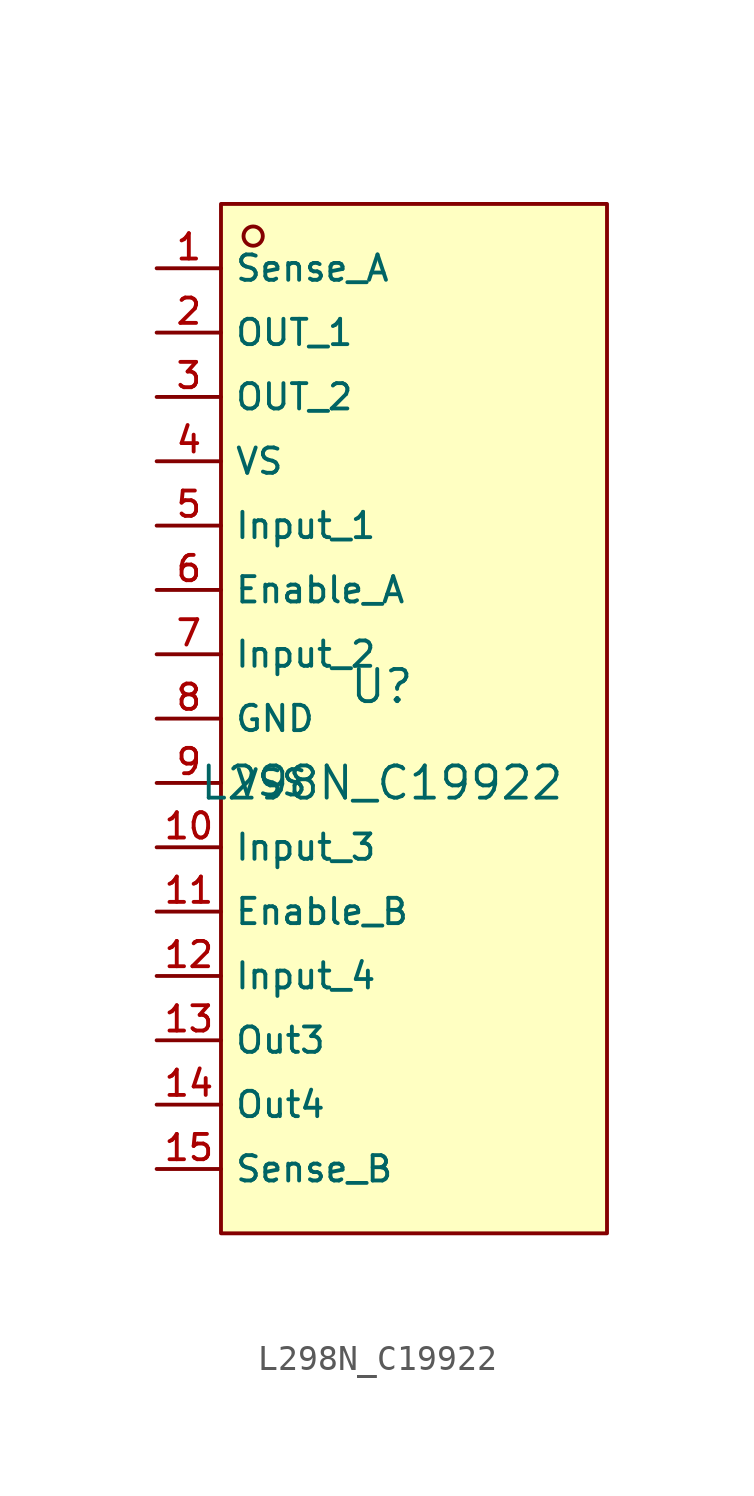
<source format=kicad_sym>
(kicad_symbol_lib
  (version 20210201)
  (generator TousstNicolas/JLC2KiCad_lib)
  (symbol "L298N_C19922"
    (property "Reference" "U"
      (at 0 1.27 0)
      (effects (font (size 1.27 1.27))))
    (property "Value" "L298N_C19922"
      (at 0 -2.54 0)
      (effects (font (size 1.27 1.27))))
    (symbol "L298N_C19922_0_1"
      (pin unspecified line (at -8.89 -17.78 0) (length 2.54) (name "Sense B" (effects (font (size 1 1)))) (number "15" (effects (font (size 1 1)))))
      (pin unspecified line (at -8.89 -15.24 0) (length 2.54) (name "Out4" (effects (font (size 1 1)))) (number "14" (effects (font (size 1 1)))))
      (pin unspecified line (at -8.89 -12.7 0) (length 2.54) (name "Out3" (effects (font (size 1 1)))) (number "13" (effects (font (size 1 1)))))
      (pin unspecified line (at -8.89 -10.16 0) (length 2.54) (name "Input 4" (effects (font (size 1 1)))) (number "12" (effects (font (size 1 1)))))
      (pin unspecified line (at -8.89 -7.62 0) (length 2.54) (name "Enable B" (effects (font (size 1 1)))) (number "11" (effects (font (size 1 1)))))
      (pin unspecified line (at -8.89 -5.08 0) (length 2.54) (name "Input 3" (effects (font (size 1 1)))) (number "10" (effects (font (size 1 1)))))
      (pin unspecified line (at -8.89 -2.54 0) (length 2.54) (name "VSS" (effects (font (size 1 1)))) (number "9" (effects (font (size 1 1)))))
      (pin unspecified line (at -8.89 -0.0 0) (length 2.54) (name "GND" (effects (font (size 1 1)))) (number "8" (effects (font (size 1 1)))))
      (pin unspecified line (at -8.89 2.54 0) (length 2.54) (name "Input 2" (effects (font (size 1 1)))) (number "7" (effects (font (size 1 1)))))
      (pin unspecified line (at -8.89 5.08 0) (length 2.54) (name "Enable A" (effects (font (size 1 1)))) (number "6" (effects (font (size 1 1)))))
      (pin unspecified line (at -8.89 7.62 0) (length 2.54) (name "Input 1" (effects (font (size 1 1)))) (number "5" (effects (font (size 1 1)))))
      (pin unspecified line (at -8.89 10.16 0) (length 2.54) (name "VS" (effects (font (size 1 1)))) (number "4" (effects (font (size 1 1)))))
      (pin unspecified line (at -8.89 12.7 0) (length 2.54) (name "OUT 2" (effects (font (size 1 1)))) (number "3" (effects (font (size 1 1)))))
      (pin unspecified line (at -8.89 15.24 0) (length 2.54) (name "OUT 1" (effects (font (size 1 1)))) (number "2" (effects (font (size 1 1)))))
      (pin unspecified line (at -8.89 17.78 0) (length 2.54) (name "Sense A" (effects (font (size 1 1)))) (number "1" (effects (font (size 1 1)))))
      (circle (center -5.08 19.05) (radius 0.381) (stroke (width 0) (type default) (color 0 0 0 0)) (fill (type background)))
      (rectangle (start -6.35 20.32) (end 8.89 -20.32) (stroke (width 0) (type default) (color 0 0 0 0)) (fill (type background))))))
</source>
